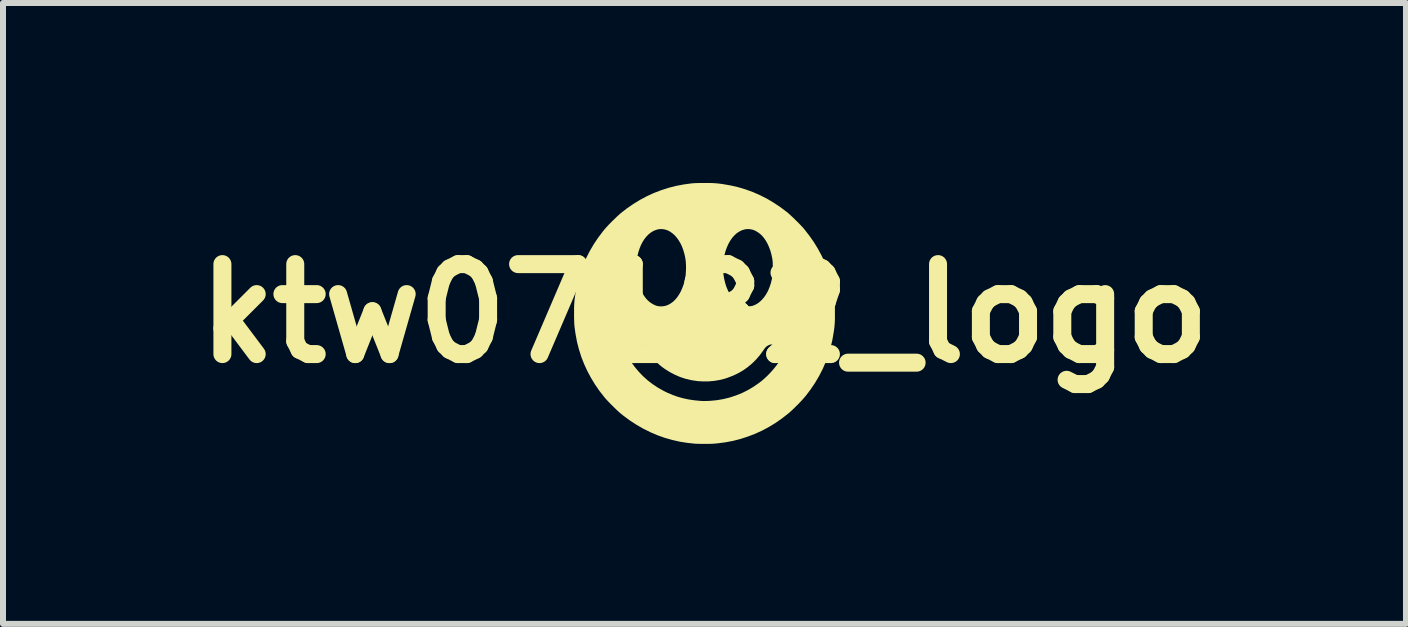
<source format=kicad_pcb>
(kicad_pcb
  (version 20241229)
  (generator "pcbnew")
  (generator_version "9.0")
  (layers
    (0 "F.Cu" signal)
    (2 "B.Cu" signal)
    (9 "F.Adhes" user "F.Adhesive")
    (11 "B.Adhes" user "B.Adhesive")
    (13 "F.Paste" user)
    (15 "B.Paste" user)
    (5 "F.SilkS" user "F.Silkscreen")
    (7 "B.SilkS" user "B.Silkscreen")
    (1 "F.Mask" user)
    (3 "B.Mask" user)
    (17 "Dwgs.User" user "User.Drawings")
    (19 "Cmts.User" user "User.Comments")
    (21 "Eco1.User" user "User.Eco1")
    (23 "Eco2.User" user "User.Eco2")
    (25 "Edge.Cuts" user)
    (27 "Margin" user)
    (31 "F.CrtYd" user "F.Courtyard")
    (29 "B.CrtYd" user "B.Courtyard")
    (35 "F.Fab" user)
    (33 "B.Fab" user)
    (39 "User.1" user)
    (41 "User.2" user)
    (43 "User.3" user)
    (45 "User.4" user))
  (footprint "ktw07182_logo"
    (layer "F.Cu")
    (at 8.693 2.174)
    (property "Reference" "ktw07182_logo" (at 0 0 0) (layer "F.SilkS") (effects (font (size 1.5 1.5) (thickness 0.3))))
    (attr board_only exclude_from_pos_files exclude_from_bom)
    (fp_poly (pts (xy 0.045 -2.174) (xy 0.083 -2.174) (xy 0.116 -2.173) (xy 0.145 -2.172) (xy 0.173 -2.17) (xy 0.199 -2.168) (xy 0.226 -2.166) (xy 0.254 -2.162) (xy 0.287 -2.158) (xy 0.313 -2.154) (xy 0.439 -2.132) (xy 0.564 -2.103) (xy 0.687 -2.066) (xy 0.808 -2.022) (xy 0.926 -1.97) (xy 1.041 -1.912) (xy 1.152 -1.846) (xy 1.261 -1.774) (xy 1.366 -1.695) (xy 1.399 -1.668) (xy 1.419 -1.65) (xy 1.444 -1.627) (xy 1.472 -1.601) (xy 1.502 -1.572) (xy 1.532 -1.542) (xy 1.563 -1.512) (xy 1.592 -1.482) (xy 1.618 -1.454) (xy 1.642 -1.429) (xy 1.66 -1.408) (xy 1.663 -1.404) (xy 1.745 -1.299) (xy 1.821 -1.191) (xy 1.889 -1.08) (xy 1.951 -0.966) (xy 2.005 -0.849) (xy 2.052 -0.73) (xy 2.091 -0.607) (xy 2.123 -0.483) (xy 2.148 -0.356) (xy 2.154 -0.313) (xy 2.159 -0.277) (xy 2.163 -0.246) (xy 2.167 -0.218) (xy 2.169 -0.192) (xy 2.171 -0.165) (xy 2.172 -0.137) (xy 2.173 -0.107) (xy 2.174 -0.073) (xy 2.174 -0.033) (xy 2.174 0) (xy 2.174 0.045) (xy 2.174 0.083) (xy 2.173 0.116) (xy 2.172 0.145) (xy 2.17 0.173) (xy 2.168 0.199) (xy 2.166 0.226) (xy 2.162 0.254) (xy 2.158 0.287) (xy 2.154 0.313) (xy 2.132 0.44) (xy 2.103 0.565) (xy 2.066 0.688) (xy 2.021 0.809) (xy 1.97 0.927) (xy 1.911 1.042) (xy 1.845 1.154) (xy 1.772 1.263) (xy 1.692 1.369) (xy 1.666 1.4) (xy 1.646 1.423) (xy 1.622 1.45) (xy 1.594 1.479) (xy 1.564 1.511) (xy 1.532 1.542) (xy 1.5 1.574) (xy 1.47 1.603) (xy 1.441 1.63) (xy 1.415 1.653) (xy 1.4 1.666) (xy 1.295 1.748) (xy 1.187 1.824) (xy 1.075 1.892) (xy 0.961 1.953) (xy 0.843 2.007) (xy 0.723 2.053) (xy 0.6 2.093) (xy 0.475 2.125) (xy 0.348 2.149) (xy 0.218 2.166) (xy 0.15 2.172) (xy 0.127 2.173) (xy 0.098 2.174) (xy 0.063 2.175) (xy 0.026 2.175) (xy -0.012 2.175) (xy -0.05 2.175) (xy -0.086 2.174) (xy -0.118 2.174) (xy -0.146 2.172) (xy -0.158 2.172) (xy -0.287 2.158) (xy -0.414 2.138) (xy -0.54 2.109) (xy -0.663 2.074) (xy -0.784 2.031) (xy -0.903 1.98) (xy -1.018 1.923) (xy -1.131 1.858) (xy -1.241 1.787) (xy -1.348 1.708) (xy -1.4 1.666) (xy -1.423 1.646) (xy -1.45 1.622) (xy -1.479 1.594) (xy -1.51 1.564) (xy -1.542 1.532) (xy -1.573 1.501) (xy -1.603 1.47) (xy -1.63 1.441) (xy -1.653 1.416) (xy -1.666 1.4) (xy -1.748 1.296) (xy -1.823 1.188) (xy -1.891 1.076) (xy -1.952 0.962) (xy -2.006 0.845) (xy -2.053 0.726) (xy -2.077 0.649) (xy -1.292 0.649) (xy -1.292 0.667) (xy -1.289 0.685) (xy -1.283 0.705) (xy -1.273 0.727) (xy -1.26 0.751) (xy -1.242 0.78) (xy -1.225 0.807) (xy -1.164 0.891) (xy -1.097 0.971) (xy -1.025 1.046) (xy -0.947 1.116) (xy -0.864 1.18) (xy -0.776 1.238) (xy -0.684 1.29) (xy -0.613 1.325) (xy -0.527 1.361) (xy -0.442 1.391) (xy -0.355 1.415) (xy -0.266 1.434) (xy -0.173 1.448) (xy -0.074 1.458) (xy -0.066 1.458) (xy -0.038 1.46) (xy -0.005 1.46) (xy 0.031 1.46) (xy 0.068 1.459) (xy 0.101 1.457) (xy 0.102 1.457) (xy 0.212 1.446) (xy 0.319 1.427) (xy 0.424 1.401) (xy 0.526 1.367) (xy 0.626 1.327) (xy 0.722 1.279) (xy 0.815 1.224) (xy 0.905 1.162) (xy 0.957 1.122) (xy 1.005 1.08) (xy 1.054 1.034) (xy 1.102 0.984) (xy 1.148 0.932) (xy 1.191 0.879) (xy 1.23 0.826) (xy 1.259 0.782) (xy 1.273 0.758) (xy 1.283 0.738) (xy 1.29 0.719) (xy 1.293 0.7) (xy 1.294 0.679) (xy 1.294 0.678) (xy 1.29 0.643) (xy 1.28 0.61) (xy 1.262 0.581) (xy 1.239 0.556) (xy 1.21 0.536) (xy 1.186 0.525) (xy 1.169 0.52) (xy 1.149 0.518) (xy 1.131 0.518) (xy 1.113 0.518) (xy 1.1 0.519) (xy 1.089 0.522) (xy 1.076 0.527) (xy 1.066 0.532) (xy 1.05 0.54) (xy 1.036 0.55) (xy 1.023 0.561) (xy 1.01 0.575) (xy 0.996 0.594) (xy 0.979 0.618) (xy 0.977 0.621) (xy 0.92 0.699) (xy 0.859 0.77) (xy 0.792 0.836) (xy 0.721 0.895) (xy 0.645 0.949) (xy 0.564 0.996) (xy 0.478 1.037) (xy 0.387 1.072) (xy 0.336 1.089) (xy 0.251 1.11) (xy 0.162 1.125) (xy 0.072 1.133) (xy -0.019 1.134) (xy -0.111 1.129) (xy -0.2 1.116) (xy -0.227 1.111) (xy -0.319 1.089) (xy -0.409 1.059) (xy -0.496 1.021) (xy -0.58 0.977) (xy -0.661 0.926) (xy -0.715 0.887) (xy -0.736 0.869) (xy -0.762 0.847) (xy -0.788 0.822) (xy -0.816 0.796) (xy -0.841 0.77) (xy -0.864 0.745) (xy -0.879 0.729) (xy -0.898 0.705) (xy -0.919 0.677) (xy -0.942 0.646) (xy -0.964 0.614) (xy -0.984 0.583) (xy -0.988 0.576) (xy -1.009 0.547) (xy -1.032 0.525) (xy -1.057 0.509) (xy -1.083 0.5) (xy -1.117 0.493) (xy -1.15 0.494) (xy -1.182 0.501) (xy -1.211 0.515) (xy -1.238 0.534) (xy -1.26 0.558) (xy -1.277 0.587) (xy -1.288 0.62) (xy -1.29 0.63) (xy -1.292 0.649) (xy -2.077 0.649) (xy -2.092 0.603) (xy -2.124 0.479) (xy -2.148 0.352) (xy -2.154 0.313) (xy -2.159 0.277) (xy -2.163 0.246) (xy -2.167 0.218) (xy -2.169 0.192) (xy -2.171 0.165) (xy -2.172 0.137) (xy -2.173 0.107) (xy -2.174 0.073) (xy -2.174 0.033) (xy -2.174 0) (xy -2.174 -0.045) (xy -2.174 -0.083) (xy -2.173 -0.116) (xy -2.172 -0.145) (xy -2.17 -0.173) (xy -2.168 -0.199) (xy -2.166 -0.226) (xy -2.162 -0.254) (xy -2.158 -0.287) (xy -2.154 -0.313) (xy -2.132 -0.44) (xy -2.103 -0.566) (xy -2.066 -0.689) (xy -2.038 -0.764) (xy -1.135 -0.764) (xy -1.135 -0.76) (xy -1.134 -0.718) (xy -1.133 -0.681) (xy -1.131 -0.65) (xy -1.129 -0.621) (xy -1.124 -0.593) (xy -1.119 -0.564) (xy -1.111 -0.533) (xy -1.108 -0.518) (xy -1.089 -0.458) (xy -1.066 -0.399) (xy -1.038 -0.344) (xy -1.008 -0.293) (xy -0.974 -0.248) (xy -0.962 -0.234) (xy -0.93 -0.203) (xy -0.894 -0.175) (xy -0.857 -0.152) (xy -0.819 -0.134) (xy -0.792 -0.125) (xy -0.761 -0.119) (xy -0.727 -0.117) (xy -0.692 -0.119) (xy -0.66 -0.124) (xy -0.655 -0.125) (xy -0.611 -0.14) (xy -0.568 -0.163) (xy -0.527 -0.192) (xy -0.489 -0.228) (xy -0.454 -0.27) (xy -0.422 -0.318) (xy -0.393 -0.37) (xy -0.368 -0.428) (xy -0.346 -0.489) (xy -0.329 -0.555) (xy -0.316 -0.624) (xy -0.314 -0.639) (xy -0.312 -0.667) (xy -0.31 -0.701) (xy -0.309 -0.728) (xy 0.311 -0.728) (xy 0.313 -0.683) (xy 0.316 -0.648) (xy 0.328 -0.577) (xy 0.344 -0.509) (xy 0.364 -0.445) (xy 0.389 -0.386) (xy 0.417 -0.331) (xy 0.448 -0.282) (xy 0.483 -0.238) (xy 0.521 -0.201) (xy 0.562 -0.169) (xy 0.605 -0.145) (xy 0.65 -0.127) (xy 0.658 -0.125) (xy 0.682 -0.12) (xy 0.711 -0.118) (xy 0.741 -0.118) (xy 0.771 -0.121) (xy 0.797 -0.125) (xy 0.809 -0.129) (xy 0.848 -0.145) (xy 0.882 -0.164) (xy 0.915 -0.188) (xy 0.948 -0.218) (xy 0.953 -0.223) (xy 0.992 -0.267) (xy 1.027 -0.318) (xy 1.058 -0.374) (xy 1.084 -0.437) (xy 1.107 -0.504) (xy 1.124 -0.576) (xy 1.132 -0.618) (xy 1.135 -0.643) (xy 1.137 -0.674) (xy 1.138 -0.708) (xy 1.139 -0.746) (xy 1.139 -0.784) (xy 1.138 -0.82) (xy 1.137 -0.855) (xy 1.134 -0.884) (xy 1.132 -0.904) (xy 1.117 -0.977) (xy 1.098 -1.046) (xy 1.074 -1.11) (xy 1.047 -1.169) (xy 1.016 -1.222) (xy 0.981 -1.27) (xy 0.943 -1.311) (xy 0.901 -1.345) (xy 0.89 -1.352) (xy 0.847 -1.378) (xy 0.803 -1.395) (xy 0.759 -1.404) (xy 0.715 -1.406) (xy 0.67 -1.4) (xy 0.624 -1.386) (xy 0.624 -1.386) (xy 0.581 -1.365) (xy 0.54 -1.338) (xy 0.501 -1.303) (xy 0.464 -1.262) (xy 0.431 -1.215) (xy 0.401 -1.163) (xy 0.375 -1.106) (xy 0.352 -1.044) (xy 0.334 -0.978) (xy 0.331 -0.963) (xy 0.323 -0.922) (xy 0.317 -0.876) (xy 0.313 -0.827) (xy 0.311 -0.777) (xy 0.311 -0.728) (xy -0.309 -0.728) (xy -0.308 -0.738) (xy -0.308 -0.776) (xy -0.309 -0.813) (xy -0.311 -0.846) (xy -0.312 -0.867) (xy -0.322 -0.935) (xy -0.337 -1) (xy -0.355 -1.061) (xy -0.377 -1.119) (xy -0.403 -1.173) (xy -0.433 -1.222) (xy -0.465 -1.266) (xy -0.5 -1.305) (xy -0.538 -1.338) (xy -0.577 -1.365) (xy -0.619 -1.386) (xy -0.662 -1.399) (xy -0.706 -1.406) (xy -0.721 -1.406) (xy -0.766 -1.403) (xy -0.81 -1.391) (xy -0.853 -1.373) (xy -0.894 -1.348) (xy -0.933 -1.317) (xy -0.969 -1.28) (xy -1.003 -1.237) (xy -1.034 -1.188) (xy -1.061 -1.135) (xy -1.084 -1.077) (xy -1.104 -1.015) (xy -1.107 -1.002) (xy -1.115 -0.97) (xy -1.122 -0.942) (xy -1.126 -0.916) (xy -1.13 -0.891) (xy -1.132 -0.865) (xy -1.134 -0.836) (xy -1.135 -0.803) (xy -1.135 -0.764) (xy -2.038 -0.764) (xy -2.021 -0.809) (xy -1.97 -0.927) (xy -1.911 -1.042) (xy -1.845 -1.154) (xy -1.772 -1.263) (xy -1.692 -1.369) (xy -1.663 -1.404) (xy -1.645 -1.425) (xy -1.623 -1.449) (xy -1.597 -1.477) (xy -1.568 -1.507) (xy -1.538 -1.537) (xy -1.507 -1.567) (xy -1.477 -1.596) (xy -1.449 -1.623) (xy -1.423 -1.646) (xy -1.402 -1.665) (xy -1.399 -1.668) (xy -1.295 -1.749) (xy -1.188 -1.823) (xy -1.077 -1.891) (xy -0.963 -1.952) (xy -0.846 -2.006) (xy -0.726 -2.052) (xy -0.604 -2.092) (xy -0.48 -2.124) (xy -0.354 -2.148) (xy -0.313 -2.154) (xy -0.277 -2.159) (xy -0.246 -2.163) (xy -0.218 -2.167) (xy -0.192 -2.169) (xy -0.165 -2.171) (xy -0.137 -2.172) (xy -0.107 -2.173) (xy -0.073 -2.174) (xy -0.033 -2.174) (xy 0 -2.174)) (stroke (width 0) (type solid)) (fill yes) (layer "F.SilkS")))
  (gr_rect
    (start -3 -3)
    (end 20.386 7.349)
    (stroke (width 0.1) (type default))
    (fill no)
    (layer "Edge.Cuts")))
</source>
